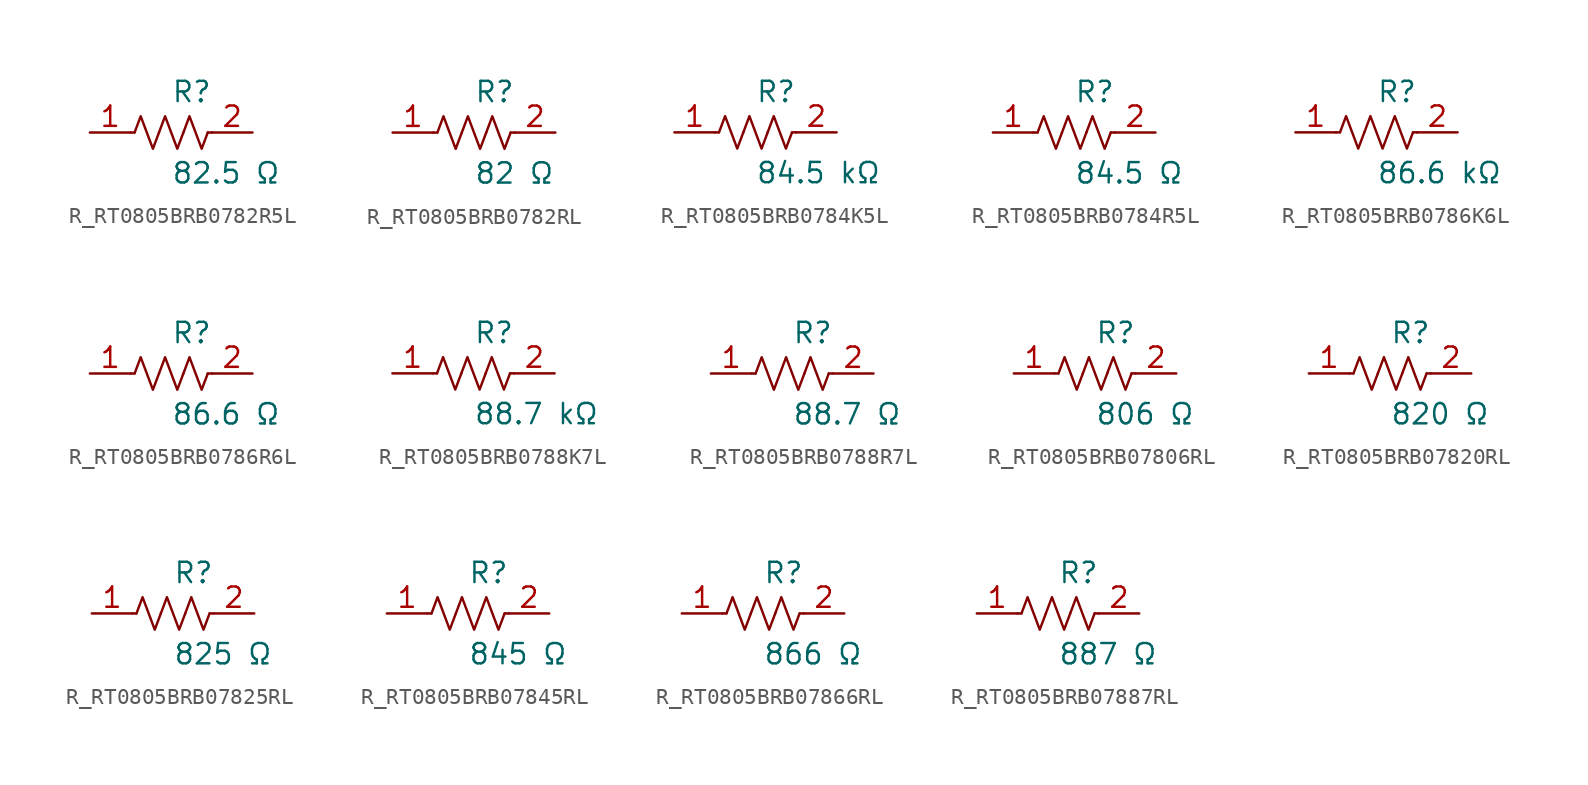
<source format=kicad_sym>
(kicad_symbol_lib
  (version 20231120)
  (generator kicad_symbol_editor)
  (generator_version 8.0)
  (symbol "R_RT0805BRB0782R5L"
    (pin_names
      (offset 0.254))
    (property "Reference" "R"
      (at 0 2.54 0)
      (effects (font (size 1.27 1.27)) (justify left)))
    (property "Value" "82.5 Ω"
      (at 0 -2.54 0)
      (effects (font (size 1.27 1.27)) (justify left)))
    (symbol "R_RT0805BRB0782R5L_0_1"
      (polyline (pts (xy 2.286 0) (xy 2.54 0)) (stroke (width 0) (type default)) (fill (type none)))
      (polyline (pts (xy -2.286 0) (xy -2.54 0)) (stroke (width 0) (type default)) (fill (type none)))
      (polyline (pts (xy 0.762 0) (xy 1.143 1.016) (xy 1.524 0) (xy 1.905 -1.016) (xy 2.286 0)) (stroke (width 0) (type default)) (fill (type none)))
      (polyline (pts (xy -0.762 0) (xy -0.381 1.016) (xy 0 0) (xy 0.381 -1.016) (xy 0.762 0)) (stroke (width 0) (type default)) (fill (type none)))
      (polyline (pts (xy -2.286 0) (xy -1.905 1.016) (xy -1.524 0) (xy -1.143 -1.016) (xy -0.762 0)) (stroke (width 0) (type default)) (fill (type none))))
    (pin unspecified line
      (at -5.08 0 0)
      (length 2.54)
      (name "" (effects (font (size 1.27 1.27))))
      (number "1" (effects (font (size 1.27 1.27)))))
    (pin unspecified line
      (at 5.08 0 180)
      (length 2.54)
      (name "" (effects (font (size 1.27 1.27))))
      (number "2" (effects (font (size 1.27 1.27))))))
  (symbol "R_RT0805BRB0782RL"
    (pin_names
      (offset 0.254))
    (property "Reference" "R"
      (at 0 2.54 0)
      (effects (font (size 1.27 1.27)) (justify left)))
    (property "Value" "82 Ω"
      (at 0 -2.54 0)
      (effects (font (size 1.27 1.27)) (justify left)))
    (symbol "R_RT0805BRB0782RL_0_1"
      (polyline (pts (xy 2.286 0) (xy 2.54 0)) (stroke (width 0) (type default)) (fill (type none)))
      (polyline (pts (xy -2.286 0) (xy -2.54 0)) (stroke (width 0) (type default)) (fill (type none)))
      (polyline (pts (xy 0.762 0) (xy 1.143 1.016) (xy 1.524 0) (xy 1.905 -1.016) (xy 2.286 0)) (stroke (width 0) (type default)) (fill (type none)))
      (polyline (pts (xy -0.762 0) (xy -0.381 1.016) (xy 0 0) (xy 0.381 -1.016) (xy 0.762 0)) (stroke (width 0) (type default)) (fill (type none)))
      (polyline (pts (xy -2.286 0) (xy -1.905 1.016) (xy -1.524 0) (xy -1.143 -1.016) (xy -0.762 0)) (stroke (width 0) (type default)) (fill (type none))))
    (pin unspecified line
      (at -5.08 0 0)
      (length 2.54)
      (name "" (effects (font (size 1.27 1.27))))
      (number "1" (effects (font (size 1.27 1.27)))))
    (pin unspecified line
      (at 5.08 0 180)
      (length 2.54)
      (name "" (effects (font (size 1.27 1.27))))
      (number "2" (effects (font (size 1.27 1.27))))))
  (symbol "R_RT0805BRB0784K5L"
    (pin_names
      (offset 0.254))
    (property "Reference" "R"
      (at 0 2.54 0)
      (effects (font (size 1.27 1.27)) (justify left)))
    (property "Value" "84.5 kΩ"
      (at 0 -2.54 0)
      (effects (font (size 1.27 1.27)) (justify left)))
    (symbol "R_RT0805BRB0784K5L_0_1"
      (polyline (pts (xy 2.286 0) (xy 2.54 0)) (stroke (width 0) (type default)) (fill (type none)))
      (polyline (pts (xy -2.286 0) (xy -2.54 0)) (stroke (width 0) (type default)) (fill (type none)))
      (polyline (pts (xy 0.762 0) (xy 1.143 1.016) (xy 1.524 0) (xy 1.905 -1.016) (xy 2.286 0)) (stroke (width 0) (type default)) (fill (type none)))
      (polyline (pts (xy -0.762 0) (xy -0.381 1.016) (xy 0 0) (xy 0.381 -1.016) (xy 0.762 0)) (stroke (width 0) (type default)) (fill (type none)))
      (polyline (pts (xy -2.286 0) (xy -1.905 1.016) (xy -1.524 0) (xy -1.143 -1.016) (xy -0.762 0)) (stroke (width 0) (type default)) (fill (type none))))
    (pin unspecified line
      (at -5.08 0 0)
      (length 2.54)
      (name "" (effects (font (size 1.27 1.27))))
      (number "1" (effects (font (size 1.27 1.27)))))
    (pin unspecified line
      (at 5.08 0 180)
      (length 2.54)
      (name "" (effects (font (size 1.27 1.27))))
      (number "2" (effects (font (size 1.27 1.27))))))
  (symbol "R_RT0805BRB0784R5L"
    (pin_names
      (offset 0.254))
    (property "Reference" "R"
      (at 0 2.54 0)
      (effects (font (size 1.27 1.27)) (justify left)))
    (property "Value" "84.5 Ω"
      (at 0 -2.54 0)
      (effects (font (size 1.27 1.27)) (justify left)))
    (symbol "R_RT0805BRB0784R5L_0_1"
      (polyline (pts (xy 2.286 0) (xy 2.54 0)) (stroke (width 0) (type default)) (fill (type none)))
      (polyline (pts (xy -2.286 0) (xy -2.54 0)) (stroke (width 0) (type default)) (fill (type none)))
      (polyline (pts (xy 0.762 0) (xy 1.143 1.016) (xy 1.524 0) (xy 1.905 -1.016) (xy 2.286 0)) (stroke (width 0) (type default)) (fill (type none)))
      (polyline (pts (xy -0.762 0) (xy -0.381 1.016) (xy 0 0) (xy 0.381 -1.016) (xy 0.762 0)) (stroke (width 0) (type default)) (fill (type none)))
      (polyline (pts (xy -2.286 0) (xy -1.905 1.016) (xy -1.524 0) (xy -1.143 -1.016) (xy -0.762 0)) (stroke (width 0) (type default)) (fill (type none))))
    (pin unspecified line
      (at -5.08 0 0)
      (length 2.54)
      (name "" (effects (font (size 1.27 1.27))))
      (number "1" (effects (font (size 1.27 1.27)))))
    (pin unspecified line
      (at 5.08 0 180)
      (length 2.54)
      (name "" (effects (font (size 1.27 1.27))))
      (number "2" (effects (font (size 1.27 1.27))))))
  (symbol "R_RT0805BRB0786K6L"
    (pin_names
      (offset 0.254))
    (property "Reference" "R"
      (at 0 2.54 0)
      (effects (font (size 1.27 1.27)) (justify left)))
    (property "Value" "86.6 kΩ"
      (at 0 -2.54 0)
      (effects (font (size 1.27 1.27)) (justify left)))
    (symbol "R_RT0805BRB0786K6L_0_1"
      (polyline (pts (xy 2.286 0) (xy 2.54 0)) (stroke (width 0) (type default)) (fill (type none)))
      (polyline (pts (xy -2.286 0) (xy -2.54 0)) (stroke (width 0) (type default)) (fill (type none)))
      (polyline (pts (xy 0.762 0) (xy 1.143 1.016) (xy 1.524 0) (xy 1.905 -1.016) (xy 2.286 0)) (stroke (width 0) (type default)) (fill (type none)))
      (polyline (pts (xy -0.762 0) (xy -0.381 1.016) (xy 0 0) (xy 0.381 -1.016) (xy 0.762 0)) (stroke (width 0) (type default)) (fill (type none)))
      (polyline (pts (xy -2.286 0) (xy -1.905 1.016) (xy -1.524 0) (xy -1.143 -1.016) (xy -0.762 0)) (stroke (width 0) (type default)) (fill (type none))))
    (pin unspecified line
      (at -5.08 0 0)
      (length 2.54)
      (name "" (effects (font (size 1.27 1.27))))
      (number "1" (effects (font (size 1.27 1.27)))))
    (pin unspecified line
      (at 5.08 0 180)
      (length 2.54)
      (name "" (effects (font (size 1.27 1.27))))
      (number "2" (effects (font (size 1.27 1.27))))))
  (symbol "R_RT0805BRB0786R6L"
    (pin_names
      (offset 0.254))
    (property "Reference" "R"
      (at 0 2.54 0)
      (effects (font (size 1.27 1.27)) (justify left)))
    (property "Value" "86.6 Ω"
      (at 0 -2.54 0)
      (effects (font (size 1.27 1.27)) (justify left)))
    (symbol "R_RT0805BRB0786R6L_0_1"
      (polyline (pts (xy 2.286 0) (xy 2.54 0)) (stroke (width 0) (type default)) (fill (type none)))
      (polyline (pts (xy -2.286 0) (xy -2.54 0)) (stroke (width 0) (type default)) (fill (type none)))
      (polyline (pts (xy 0.762 0) (xy 1.143 1.016) (xy 1.524 0) (xy 1.905 -1.016) (xy 2.286 0)) (stroke (width 0) (type default)) (fill (type none)))
      (polyline (pts (xy -0.762 0) (xy -0.381 1.016) (xy 0 0) (xy 0.381 -1.016) (xy 0.762 0)) (stroke (width 0) (type default)) (fill (type none)))
      (polyline (pts (xy -2.286 0) (xy -1.905 1.016) (xy -1.524 0) (xy -1.143 -1.016) (xy -0.762 0)) (stroke (width 0) (type default)) (fill (type none))))
    (pin unspecified line
      (at -5.08 0 0)
      (length 2.54)
      (name "" (effects (font (size 1.27 1.27))))
      (number "1" (effects (font (size 1.27 1.27)))))
    (pin unspecified line
      (at 5.08 0 180)
      (length 2.54)
      (name "" (effects (font (size 1.27 1.27))))
      (number "2" (effects (font (size 1.27 1.27))))))
  (symbol "R_RT0805BRB0788K7L"
    (pin_names
      (offset 0.254))
    (property "Reference" "R"
      (at 0 2.54 0)
      (effects (font (size 1.27 1.27)) (justify left)))
    (property "Value" "88.7 kΩ"
      (at 0 -2.54 0)
      (effects (font (size 1.27 1.27)) (justify left)))
    (symbol "R_RT0805BRB0788K7L_0_1"
      (polyline (pts (xy 2.286 0) (xy 2.54 0)) (stroke (width 0) (type default)) (fill (type none)))
      (polyline (pts (xy -2.286 0) (xy -2.54 0)) (stroke (width 0) (type default)) (fill (type none)))
      (polyline (pts (xy 0.762 0) (xy 1.143 1.016) (xy 1.524 0) (xy 1.905 -1.016) (xy 2.286 0)) (stroke (width 0) (type default)) (fill (type none)))
      (polyline (pts (xy -0.762 0) (xy -0.381 1.016) (xy 0 0) (xy 0.381 -1.016) (xy 0.762 0)) (stroke (width 0) (type default)) (fill (type none)))
      (polyline (pts (xy -2.286 0) (xy -1.905 1.016) (xy -1.524 0) (xy -1.143 -1.016) (xy -0.762 0)) (stroke (width 0) (type default)) (fill (type none))))
    (pin unspecified line
      (at -5.08 0 0)
      (length 2.54)
      (name "" (effects (font (size 1.27 1.27))))
      (number "1" (effects (font (size 1.27 1.27)))))
    (pin unspecified line
      (at 5.08 0 180)
      (length 2.54)
      (name "" (effects (font (size 1.27 1.27))))
      (number "2" (effects (font (size 1.27 1.27))))))
  (symbol "R_RT0805BRB0788R7L"
    (pin_names
      (offset 0.254))
    (property "Reference" "R"
      (at 0 2.54 0)
      (effects (font (size 1.27 1.27)) (justify left)))
    (property "Value" "88.7 Ω"
      (at 0 -2.54 0)
      (effects (font (size 1.27 1.27)) (justify left)))
    (symbol "R_RT0805BRB0788R7L_0_1"
      (polyline (pts (xy 2.286 0) (xy 2.54 0)) (stroke (width 0) (type default)) (fill (type none)))
      (polyline (pts (xy -2.286 0) (xy -2.54 0)) (stroke (width 0) (type default)) (fill (type none)))
      (polyline (pts (xy 0.762 0) (xy 1.143 1.016) (xy 1.524 0) (xy 1.905 -1.016) (xy 2.286 0)) (stroke (width 0) (type default)) (fill (type none)))
      (polyline (pts (xy -0.762 0) (xy -0.381 1.016) (xy 0 0) (xy 0.381 -1.016) (xy 0.762 0)) (stroke (width 0) (type default)) (fill (type none)))
      (polyline (pts (xy -2.286 0) (xy -1.905 1.016) (xy -1.524 0) (xy -1.143 -1.016) (xy -0.762 0)) (stroke (width 0) (type default)) (fill (type none))))
    (pin unspecified line
      (at -5.08 0 0)
      (length 2.54)
      (name "" (effects (font (size 1.27 1.27))))
      (number "1" (effects (font (size 1.27 1.27)))))
    (pin unspecified line
      (at 5.08 0 180)
      (length 2.54)
      (name "" (effects (font (size 1.27 1.27))))
      (number "2" (effects (font (size 1.27 1.27))))))
  (symbol "R_RT0805BRB07806RL"
    (pin_names
      (offset 0.254))
    (property "Reference" "R"
      (at 0 2.54 0)
      (effects (font (size 1.27 1.27)) (justify left)))
    (property "Value" "806 Ω"
      (at 0 -2.54 0)
      (effects (font (size 1.27 1.27)) (justify left)))
    (symbol "R_RT0805BRB07806RL_0_1"
      (polyline (pts (xy 2.286 0) (xy 2.54 0)) (stroke (width 0) (type default)) (fill (type none)))
      (polyline (pts (xy -2.286 0) (xy -2.54 0)) (stroke (width 0) (type default)) (fill (type none)))
      (polyline (pts (xy 0.762 0) (xy 1.143 1.016) (xy 1.524 0) (xy 1.905 -1.016) (xy 2.286 0)) (stroke (width 0) (type default)) (fill (type none)))
      (polyline (pts (xy -0.762 0) (xy -0.381 1.016) (xy 0 0) (xy 0.381 -1.016) (xy 0.762 0)) (stroke (width 0) (type default)) (fill (type none)))
      (polyline (pts (xy -2.286 0) (xy -1.905 1.016) (xy -1.524 0) (xy -1.143 -1.016) (xy -0.762 0)) (stroke (width 0) (type default)) (fill (type none))))
    (pin unspecified line
      (at -5.08 0 0)
      (length 2.54)
      (name "" (effects (font (size 1.27 1.27))))
      (number "1" (effects (font (size 1.27 1.27)))))
    (pin unspecified line
      (at 5.08 0 180)
      (length 2.54)
      (name "" (effects (font (size 1.27 1.27))))
      (number "2" (effects (font (size 1.27 1.27))))))
  (symbol "R_RT0805BRB07820RL"
    (pin_names
      (offset 0.254))
    (property "Reference" "R"
      (at 0 2.54 0)
      (effects (font (size 1.27 1.27)) (justify left)))
    (property "Value" "820 Ω"
      (at 0 -2.54 0)
      (effects (font (size 1.27 1.27)) (justify left)))
    (symbol "R_RT0805BRB07820RL_0_1"
      (polyline (pts (xy 2.286 0) (xy 2.54 0)) (stroke (width 0) (type default)) (fill (type none)))
      (polyline (pts (xy -2.286 0) (xy -2.54 0)) (stroke (width 0) (type default)) (fill (type none)))
      (polyline (pts (xy 0.762 0) (xy 1.143 1.016) (xy 1.524 0) (xy 1.905 -1.016) (xy 2.286 0)) (stroke (width 0) (type default)) (fill (type none)))
      (polyline (pts (xy -0.762 0) (xy -0.381 1.016) (xy 0 0) (xy 0.381 -1.016) (xy 0.762 0)) (stroke (width 0) (type default)) (fill (type none)))
      (polyline (pts (xy -2.286 0) (xy -1.905 1.016) (xy -1.524 0) (xy -1.143 -1.016) (xy -0.762 0)) (stroke (width 0) (type default)) (fill (type none))))
    (pin unspecified line
      (at -5.08 0 0)
      (length 2.54)
      (name "" (effects (font (size 1.27 1.27))))
      (number "1" (effects (font (size 1.27 1.27)))))
    (pin unspecified line
      (at 5.08 0 180)
      (length 2.54)
      (name "" (effects (font (size 1.27 1.27))))
      (number "2" (effects (font (size 1.27 1.27))))))
  (symbol "R_RT0805BRB07825RL"
    (pin_names
      (offset 0.254))
    (property "Reference" "R"
      (at 0 2.54 0)
      (effects (font (size 1.27 1.27)) (justify left)))
    (property "Value" "825 Ω"
      (at 0 -2.54 0)
      (effects (font (size 1.27 1.27)) (justify left)))
    (symbol "R_RT0805BRB07825RL_0_1"
      (polyline (pts (xy 2.286 0) (xy 2.54 0)) (stroke (width 0) (type default)) (fill (type none)))
      (polyline (pts (xy -2.286 0) (xy -2.54 0)) (stroke (width 0) (type default)) (fill (type none)))
      (polyline (pts (xy 0.762 0) (xy 1.143 1.016) (xy 1.524 0) (xy 1.905 -1.016) (xy 2.286 0)) (stroke (width 0) (type default)) (fill (type none)))
      (polyline (pts (xy -0.762 0) (xy -0.381 1.016) (xy 0 0) (xy 0.381 -1.016) (xy 0.762 0)) (stroke (width 0) (type default)) (fill (type none)))
      (polyline (pts (xy -2.286 0) (xy -1.905 1.016) (xy -1.524 0) (xy -1.143 -1.016) (xy -0.762 0)) (stroke (width 0) (type default)) (fill (type none))))
    (pin unspecified line
      (at -5.08 0 0)
      (length 2.54)
      (name "" (effects (font (size 1.27 1.27))))
      (number "1" (effects (font (size 1.27 1.27)))))
    (pin unspecified line
      (at 5.08 0 180)
      (length 2.54)
      (name "" (effects (font (size 1.27 1.27))))
      (number "2" (effects (font (size 1.27 1.27))))))
  (symbol "R_RT0805BRB07845RL"
    (pin_names
      (offset 0.254))
    (property "Reference" "R"
      (at 0 2.54 0)
      (effects (font (size 1.27 1.27)) (justify left)))
    (property "Value" "845 Ω"
      (at 0 -2.54 0)
      (effects (font (size 1.27 1.27)) (justify left)))
    (symbol "R_RT0805BRB07845RL_0_1"
      (polyline (pts (xy 2.286 0) (xy 2.54 0)) (stroke (width 0) (type default)) (fill (type none)))
      (polyline (pts (xy -2.286 0) (xy -2.54 0)) (stroke (width 0) (type default)) (fill (type none)))
      (polyline (pts (xy 0.762 0) (xy 1.143 1.016) (xy 1.524 0) (xy 1.905 -1.016) (xy 2.286 0)) (stroke (width 0) (type default)) (fill (type none)))
      (polyline (pts (xy -0.762 0) (xy -0.381 1.016) (xy 0 0) (xy 0.381 -1.016) (xy 0.762 0)) (stroke (width 0) (type default)) (fill (type none)))
      (polyline (pts (xy -2.286 0) (xy -1.905 1.016) (xy -1.524 0) (xy -1.143 -1.016) (xy -0.762 0)) (stroke (width 0) (type default)) (fill (type none))))
    (pin unspecified line
      (at -5.08 0 0)
      (length 2.54)
      (name "" (effects (font (size 1.27 1.27))))
      (number "1" (effects (font (size 1.27 1.27)))))
    (pin unspecified line
      (at 5.08 0 180)
      (length 2.54)
      (name "" (effects (font (size 1.27 1.27))))
      (number "2" (effects (font (size 1.27 1.27))))))
  (symbol "R_RT0805BRB07866RL"
    (pin_names
      (offset 0.254))
    (property "Reference" "R"
      (at 0 2.54 0)
      (effects (font (size 1.27 1.27)) (justify left)))
    (property "Value" "866 Ω"
      (at 0 -2.54 0)
      (effects (font (size 1.27 1.27)) (justify left)))
    (symbol "R_RT0805BRB07866RL_0_1"
      (polyline (pts (xy 2.286 0) (xy 2.54 0)) (stroke (width 0) (type default)) (fill (type none)))
      (polyline (pts (xy -2.286 0) (xy -2.54 0)) (stroke (width 0) (type default)) (fill (type none)))
      (polyline (pts (xy 0.762 0) (xy 1.143 1.016) (xy 1.524 0) (xy 1.905 -1.016) (xy 2.286 0)) (stroke (width 0) (type default)) (fill (type none)))
      (polyline (pts (xy -0.762 0) (xy -0.381 1.016) (xy 0 0) (xy 0.381 -1.016) (xy 0.762 0)) (stroke (width 0) (type default)) (fill (type none)))
      (polyline (pts (xy -2.286 0) (xy -1.905 1.016) (xy -1.524 0) (xy -1.143 -1.016) (xy -0.762 0)) (stroke (width 0) (type default)) (fill (type none))))
    (pin unspecified line
      (at -5.08 0 0)
      (length 2.54)
      (name "" (effects (font (size 1.27 1.27))))
      (number "1" (effects (font (size 1.27 1.27)))))
    (pin unspecified line
      (at 5.08 0 180)
      (length 2.54)
      (name "" (effects (font (size 1.27 1.27))))
      (number "2" (effects (font (size 1.27 1.27))))))
  (symbol "R_RT0805BRB07887RL"
    (pin_names
      (offset 0.254))
    (property "Reference" "R"
      (at 0 2.54 0)
      (effects (font (size 1.27 1.27)) (justify left)))
    (property "Value" "887 Ω"
      (at 0 -2.54 0)
      (effects (font (size 1.27 1.27)) (justify left)))
    (symbol "R_RT0805BRB07887RL_0_1"
      (polyline (pts (xy 2.286 0) (xy 2.54 0)) (stroke (width 0) (type default)) (fill (type none)))
      (polyline (pts (xy -2.286 0) (xy -2.54 0)) (stroke (width 0) (type default)) (fill (type none)))
      (polyline (pts (xy 0.762 0) (xy 1.143 1.016) (xy 1.524 0) (xy 1.905 -1.016) (xy 2.286 0)) (stroke (width 0) (type default)) (fill (type none)))
      (polyline (pts (xy -0.762 0) (xy -0.381 1.016) (xy 0 0) (xy 0.381 -1.016) (xy 0.762 0)) (stroke (width 0) (type default)) (fill (type none)))
      (polyline (pts (xy -2.286 0) (xy -1.905 1.016) (xy -1.524 0) (xy -1.143 -1.016) (xy -0.762 0)) (stroke (width 0) (type default)) (fill (type none))))
    (pin unspecified line
      (at -5.08 0 0)
      (length 2.54)
      (name "" (effects (font (size 1.27 1.27))))
      (number "1" (effects (font (size 1.27 1.27)))))
    (pin unspecified line
      (at 5.08 0 180)
      (length 2.54)
      (name "" (effects (font (size 1.27 1.27))))
      (number "2" (effects (font (size 1.27 1.27)))))))
</source>
